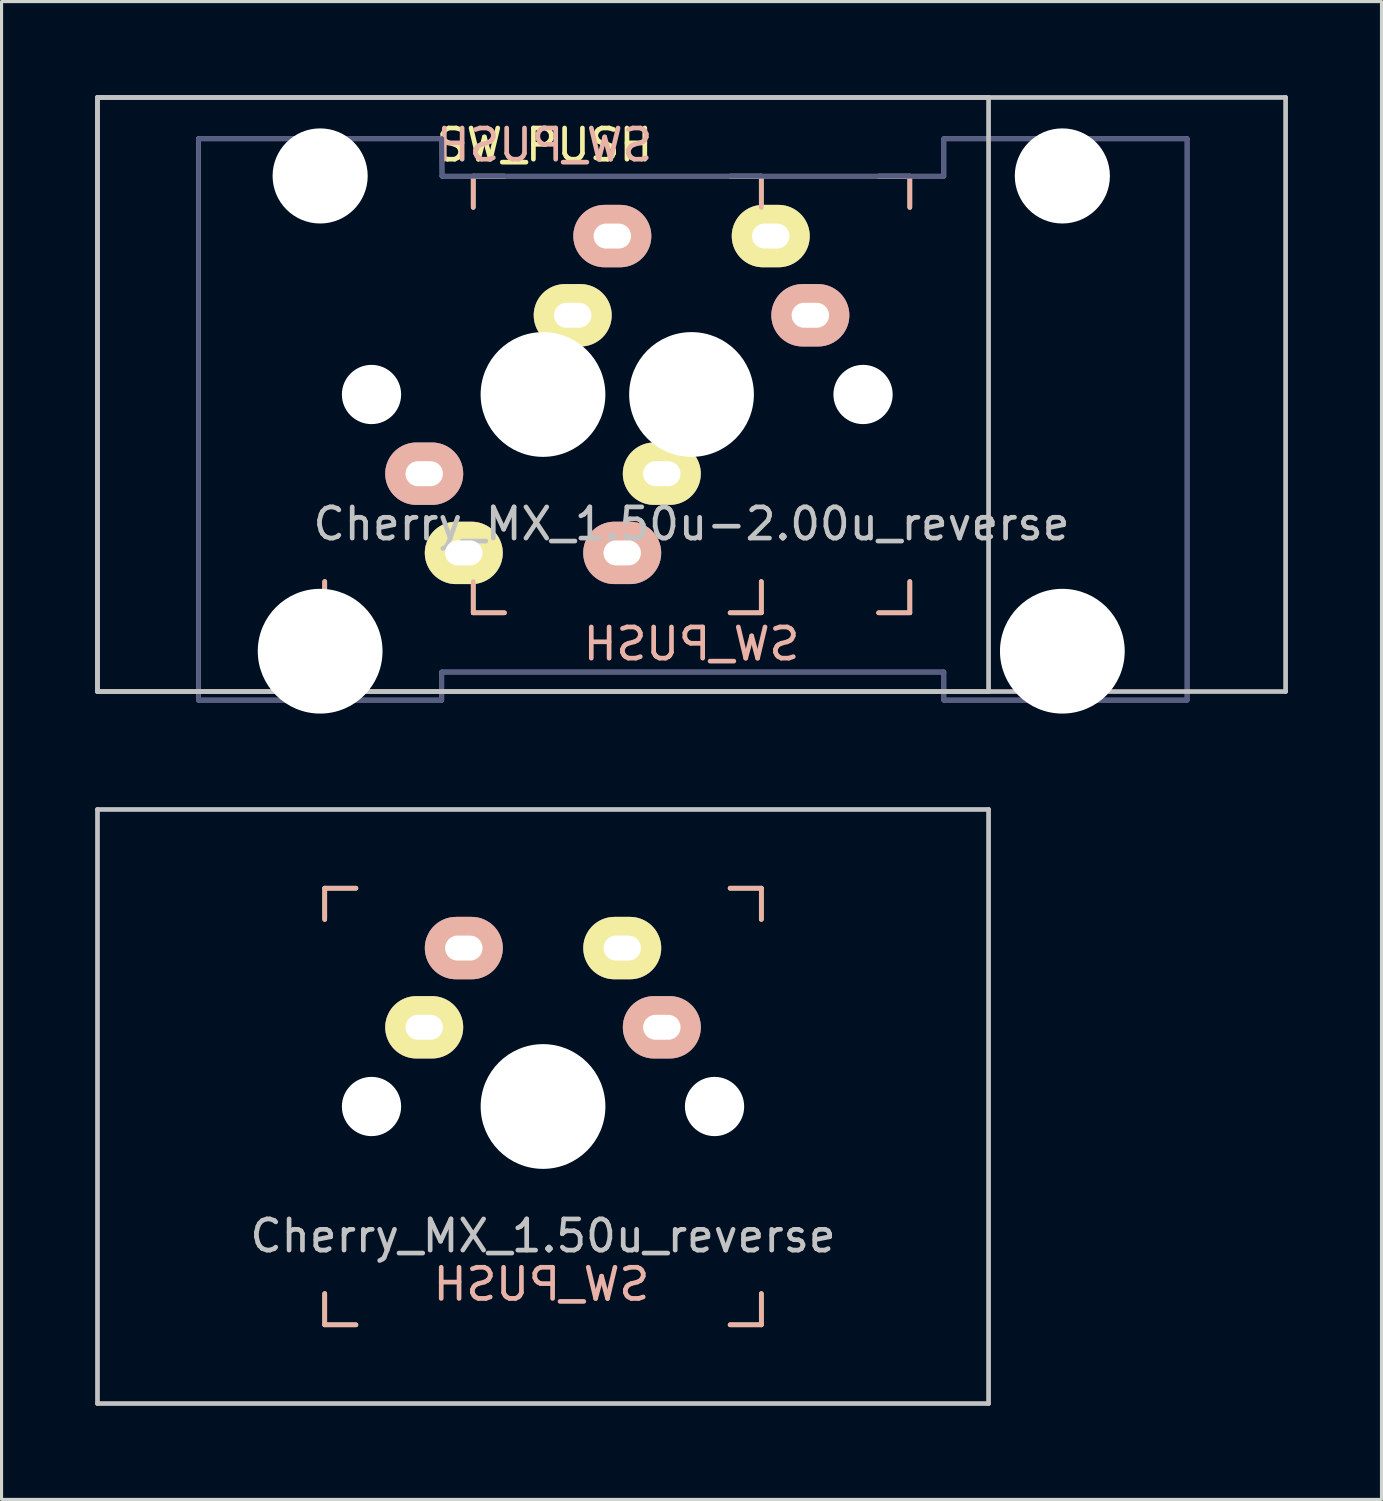
<source format=kicad_pcb>
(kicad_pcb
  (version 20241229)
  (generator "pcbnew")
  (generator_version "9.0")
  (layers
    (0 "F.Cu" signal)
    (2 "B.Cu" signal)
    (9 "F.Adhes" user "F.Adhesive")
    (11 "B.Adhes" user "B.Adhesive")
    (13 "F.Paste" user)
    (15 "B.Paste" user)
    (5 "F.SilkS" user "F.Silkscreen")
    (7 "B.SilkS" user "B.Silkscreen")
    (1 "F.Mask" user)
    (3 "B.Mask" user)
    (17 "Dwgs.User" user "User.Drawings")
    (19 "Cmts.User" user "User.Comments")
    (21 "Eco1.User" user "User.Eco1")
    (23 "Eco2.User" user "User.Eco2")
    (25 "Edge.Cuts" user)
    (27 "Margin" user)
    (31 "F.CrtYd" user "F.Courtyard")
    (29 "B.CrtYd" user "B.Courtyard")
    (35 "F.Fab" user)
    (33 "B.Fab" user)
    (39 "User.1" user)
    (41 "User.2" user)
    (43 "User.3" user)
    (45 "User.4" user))
  (footprint "Cherry_MX_1.50u-2.00u_reverse"
    (layer "F.Cu")
    (at 19.125 9.6)
    (property "Reference" "Cherry_MX_1.50u-2.00u_reverse" (at 0 4.15 0) (layer "Dwgs.User") (effects (font (size 1 1) (thickness 0.15))))
    (property "Value" "SW_PUSH" (at -0.05 8 0) (layer "F.SilkS") (hide yes) (effects (font (size 1 1) (thickness 0.15))))
    (attr through_hole)
    (fp_line (start -11.762 -7) (end -11.762 -6) (stroke (width 0.15) (type solid)) (layer "F.SilkS"))
    (fp_line (start -11.762 6) (end -11.762 7) (stroke (width 0.15) (type solid)) (layer "F.SilkS"))
    (fp_line (start -11.762 7) (end -10.762 7) (stroke (width 0.15) (type solid)) (layer "F.SilkS"))
    (fp_line (start -10.762 -7) (end -11.762 -7) (stroke (width 0.15) (type solid)) (layer "F.SilkS"))
    (fp_line (start -7 -7) (end -6 -7) (stroke (width 0.15) (type solid)) (layer "F.SilkS"))
    (fp_line (start -7 -6) (end -7 -7) (stroke (width 0.15) (type solid)) (layer "F.SilkS"))
    (fp_line (start -7 6) (end -7 7) (stroke (width 0.15) (type solid)) (layer "F.SilkS"))
    (fp_line (start -6 7) (end -7 7) (stroke (width 0.15) (type solid)) (layer "F.SilkS"))
    (fp_line (start 1.238 -7) (end 2.237 -7) (stroke (width 0.15) (type solid)) (layer "F.SilkS"))
    (fp_line (start 2.237 -6) (end 2.237 -7) (stroke (width 0.15) (type solid)) (layer "F.SilkS"))
    (fp_line (start 2.237 6) (end 2.237 7) (stroke (width 0.15) (type solid)) (layer "F.SilkS"))
    (fp_line (start 2.237 7) (end 1.238 7) (stroke (width 0.15) (type solid)) (layer "F.SilkS"))
    (fp_line (start 6 7) (end 7 7) (stroke (width 0.15) (type solid)) (layer "F.SilkS"))
    (fp_line (start 7 -7) (end 6 -7) (stroke (width 0.15) (type solid)) (layer "F.SilkS"))
    (fp_line (start 7 -6) (end 7 -7) (stroke (width 0.15) (type solid)) (layer "F.SilkS"))
    (fp_line (start 7 7) (end 7 6) (stroke (width 0.15) (type solid)) (layer "F.SilkS"))
    (fp_line (start -11.762 -7) (end -11.762 -6) (stroke (width 0.15) (type solid)) (layer "B.SilkS"))
    (fp_line (start -11.762 6) (end -11.762 7) (stroke (width 0.15) (type solid)) (layer "B.SilkS"))
    (fp_line (start -11.762 7) (end -10.762 7) (stroke (width 0.15) (type solid)) (layer "B.SilkS"))
    (fp_line (start -10.762 -7) (end -11.762 -7) (stroke (width 0.15) (type solid)) (layer "B.SilkS"))
    (fp_line (start -7 -7) (end -6 -7) (stroke (width 0.15) (type solid)) (layer "B.SilkS"))
    (fp_line (start -7 -6) (end -7 -7) (stroke (width 0.15) (type solid)) (layer "B.SilkS"))
    (fp_line (start -7 7) (end -7 6) (stroke (width 0.15) (type solid)) (layer "B.SilkS"))
    (fp_line (start -6 7) (end -7 7) (stroke (width 0.15) (type solid)) (layer "B.SilkS"))
    (fp_line (start 1.238 7) (end 2.237 7) (stroke (width 0.15) (type solid)) (layer "B.SilkS"))
    (fp_line (start 2.237 -7) (end 1.238 -7) (stroke (width 0.15) (type solid)) (layer "B.SilkS"))
    (fp_line (start 2.237 -6) (end 2.237 -7) (stroke (width 0.15) (type solid)) (layer "B.SilkS"))
    (fp_line (start 2.237 7) (end 2.237 6) (stroke (width 0.15) (type solid)) (layer "B.SilkS"))
    (fp_line (start 6 7) (end 7 7) (stroke (width 0.15) (type solid)) (layer "B.SilkS"))
    (fp_line (start 7 -7) (end 6 -7) (stroke (width 0.15) (type solid)) (layer "B.SilkS"))
    (fp_line (start 7 -6) (end 7 -7) (stroke (width 0.15) (type solid)) (layer "B.SilkS"))
    (fp_line (start 7 6) (end 7 7) (stroke (width 0.15) (type solid)) (layer "B.SilkS"))
    (fp_line (start -19.05 -9.525) (end 9.525 -9.525) (stroke (width 0.15) (type solid)) (layer "Dwgs.User"))
    (fp_line (start -19.05 -9.525) (end 19.05 -9.525) (stroke (width 0.15) (type solid)) (layer "Dwgs.User"))
    (fp_line (start -19.05 9.525) (end -19.05 -9.525) (stroke (width 0.15) (type solid)) (layer "Dwgs.User"))
    (fp_line (start -19.05 9.525) (end -19.05 -9.525) (stroke (width 0.15) (type solid)) (layer "Dwgs.User"))
    (fp_line (start 9.525 -9.525) (end 9.525 9.525) (stroke (width 0.15) (type solid)) (layer "Dwgs.User"))
    (fp_line (start 9.525 9.525) (end -19.05 9.525) (stroke (width 0.15) (type solid)) (layer "Dwgs.User"))
    (fp_line (start 19.05 -9.525) (end 19.05 9.525) (stroke (width 0.15) (type solid)) (layer "Dwgs.User"))
    (fp_line (start 19.05 9.525) (end -19.05 9.525) (stroke (width 0.15) (type solid)) (layer "Dwgs.User"))
    (fp_line (start -15.809 9.8) (end -8.009 9.8) (stroke (width 0.15) (type solid)) (layer "B.Fab"))
    (fp_line (start -15.809 -8.2) (end -15.809 9.8) (stroke (width 0.15) (type solid)) (layer "B.Fab"))
    (fp_line (start -8.009 -8.2) (end -15.809 -8.2) (stroke (width 0.15) (type solid)) (layer "B.Fab"))
    (fp_line (start -8.009 8.9) (end 8.091 8.9) (stroke (width 0.15) (type solid)) (layer "B.Fab"))
    (fp_line (start -8.009 9.8) (end -8.009 8.9) (stroke (width 0.15) (type solid)) (layer "B.Fab"))
    (fp_line (start -8 -7) (end -8.009 -8.2) (stroke (width 0.15) (type solid)) (layer "B.Fab"))
    (fp_line (start 8.091 9.8) (end 8.091 8.9) (stroke (width 0.15) (type solid)) (layer "B.Fab"))
    (fp_line (start 8.091 9.8) (end 15.891 9.8) (stroke (width 0.15) (type solid)) (layer "B.Fab"))
    (fp_line (start 8.091 -8.2) (end 8.091 -7) (stroke (width 0.15) (type solid)) (layer "B.Fab"))
    (fp_line (start 8.091 -7) (end -8 -7) (stroke (width 0.15) (type solid)) (layer "B.Fab"))
    (fp_line (start 15.891 -8.2) (end 8.091 -8.2) (stroke (width 0.15) (type solid)) (layer "B.Fab"))
    (fp_line (start 15.891 9.8) (end 15.891 -8.2) (stroke (width 0.15) (type solid)) (layer "B.Fab"))
    (fp_line (start -15.809 9.8) (end -8.009 9.8) (stroke (width 0.15) (type solid)) (layer "F.Fab"))
    (fp_line (start -15.809 -8.2) (end -15.809 9.8) (stroke (width 0.15) (type solid)) (layer "F.Fab"))
    (fp_line (start -8.009 -8.2) (end -15.809 -8.2) (stroke (width 0.15) (type solid)) (layer "F.Fab"))
    (fp_line (start -8.009 8.9) (end 8.091 8.9) (stroke (width 0.15) (type solid)) (layer "F.Fab"))
    (fp_line (start -8.009 9.8) (end -8.009 8.9) (stroke (width 0.15) (type solid)) (layer "F.Fab"))
    (fp_line (start -8 -7) (end -8.009 -8.2) (stroke (width 0.15) (type solid)) (layer "F.Fab"))
    (fp_line (start 8.091 9.8) (end 8.091 8.9) (stroke (width 0.15) (type solid)) (layer "F.Fab"))
    (fp_line (start 8.091 9.8) (end 15.891 9.8) (stroke (width 0.15) (type solid)) (layer "F.Fab"))
    (fp_line (start 8.091 -8.2) (end 8.091 -7) (stroke (width 0.15) (type solid)) (layer "F.Fab"))
    (fp_line (start 8.091 -7) (end -8 -7) (stroke (width 0.15) (type solid)) (layer "F.Fab"))
    (fp_line (start 15.891 -8.2) (end 8.091 -8.2) (stroke (width 0.15) (type solid)) (layer "F.Fab"))
    (fp_line (start 15.891 9.8) (end 15.891 -8.2) (stroke (width 0.15) (type solid)) (layer "F.Fab"))
    (fp_text user "SW_PUSH" (at -4.713 -8 180) (layer "F.SilkS") (effects (font (size 1 1) (thickness 0.15))))
    (fp_text user "${VALUE}" (at 0 8 180) (layer "B.SilkS") (effects (font (size 1 1) (thickness 0.15)) (justify mirror)))
    (fp_text user "${VALUE}" (at -4.713 -8 180) (layer "B.SilkS") (effects (font (size 1 1) (thickness 0.15)) (justify mirror)))
    (pad "" np_thru_hole circle (at -11.909 -7.008) (size 3.05 3.05) (drill 3.05) (layers "*.Cu" "*.Mask"))
    (pad "" np_thru_hole circle (at -11.909 8.232) (size 4 4) (drill 4) (layers "*.Cu" "*.Mask"))
    (pad "" np_thru_hole circle (at -10.262 0 270) (size 1.9 1.9) (drill 1.9) (layers "*.Cu" "*.Mask"))
    (pad "" np_thru_hole circle (at -4.763 0 270) (size 4 4) (drill 4) (layers "*.Cu" "*.Mask"))
    (pad "" np_thru_hole circle (at 0 0 90) (size 4 4) (drill 4) (layers "*.Cu" "*.Mask"))
    (pad "" np_thru_hole circle (at 5.5 0 90) (size 1.9 1.9) (drill 1.9) (layers "*.Cu" "*.Mask"))
    (pad "" np_thru_hole circle (at 11.891 -7.008) (size 3.05 3.05) (drill 3.05) (layers "*.Cu" "*.Mask"))
    (pad "" np_thru_hole circle (at 11.891 8.232) (size 4 4) (drill 4) (layers "*.Cu" "*.Mask"))
    (pad "1" thru_hole oval (at -8.572 2.54 180) (size 2.5 2) (drill oval 1.2 0.8) (layers "*.Cu" "F.Mask" "B.SilkS"))
    (pad "1" thru_hole oval (at -7.303 5.08 180) (size 2.5 2) (drill oval 1.2 0.8) (layers "*.Cu" "B.Mask" "F.SilkS"))
    (pad "1" thru_hole oval (at -2.54 -5.08 180) (size 2.5 2) (drill oval 1.2 0.8) (layers "*.Cu" "F.Mask" "B.SilkS"))
    (pad "1" thru_hole oval (at 2.54 -5.08) (size 2.5 2) (drill oval 1.2 0.8) (layers "*.Cu" "B.Mask" "F.SilkS"))
    (pad "2" thru_hole oval (at -3.81 -2.54) (size 2.5 2) (drill oval 1.2 0.8) (layers "*.Cu" "B.Mask" "F.SilkS"))
    (pad "2" thru_hole oval (at -2.223 5.08 180) (size 2.5 2) (drill oval 1.2 0.8) (layers "*.Cu" "F.Mask" "B.SilkS"))
    (pad "2" thru_hole oval (at -0.953 2.54 180) (size 2.5 2) (drill oval 1.2 0.8) (layers "*.Cu" "B.Mask" "F.SilkS"))
    (pad "2" thru_hole oval (at 3.81 -2.54 180) (size 2.5 2) (drill oval 1.2 0.8) (layers "*.Cu" "F.Mask" "B.SilkS")))
  (footprint "Cherry_MX_1.50u_reverse"
    (layer "F.Cu")
    (at 14.363 32.432)
    (property "Reference" "Cherry_MX_1.50u_reverse" (at 0 4.15 0) (layer "Dwgs.User") (effects (font (size 1 1) (thickness 0.15))))
    (property "Value" "SW_PUSH" (at -0.05 5.7 0) (layer "F.SilkS") (hide yes) (effects (font (size 1 1) (thickness 0.15))))
    (attr through_hole)
    (fp_line (start -7 -7) (end -6 -7) (stroke (width 0.15) (type solid)) (layer "F.SilkS"))
    (fp_line (start -7 -6) (end -7 -7) (stroke (width 0.15) (type solid)) (layer "F.SilkS"))
    (fp_line (start -7 6) (end -7 7) (stroke (width 0.15) (type solid)) (layer "F.SilkS"))
    (fp_line (start -6 7) (end -7 7) (stroke (width 0.15) (type solid)) (layer "F.SilkS"))
    (fp_line (start 6 7) (end 7 7) (stroke (width 0.15) (type solid)) (layer "F.SilkS"))
    (fp_line (start 7 -7) (end 6 -7) (stroke (width 0.15) (type solid)) (layer "F.SilkS"))
    (fp_line (start 7 -6) (end 7 -7) (stroke (width 0.15) (type solid)) (layer "F.SilkS"))
    (fp_line (start 7 7) (end 7 6) (stroke (width 0.15) (type solid)) (layer "F.SilkS"))
    (fp_line (start -7 -7) (end -7 -6) (stroke (width 0.15) (type solid)) (layer "B.SilkS"))
    (fp_line (start -7 6) (end -7 7) (stroke (width 0.15) (type solid)) (layer "B.SilkS"))
    (fp_line (start -7 7) (end -6 7) (stroke (width 0.15) (type solid)) (layer "B.SilkS"))
    (fp_line (start -6 -7) (end -7 -7) (stroke (width 0.15) (type solid)) (layer "B.SilkS"))
    (fp_line (start 6 7) (end 7 7) (stroke (width 0.15) (type solid)) (layer "B.SilkS"))
    (fp_line (start 7 -7) (end 6 -7) (stroke (width 0.15) (type solid)) (layer "B.SilkS"))
    (fp_line (start 7 -6) (end 7 -7) (stroke (width 0.15) (type solid)) (layer "B.SilkS"))
    (fp_line (start 7 7) (end 7 6) (stroke (width 0.15) (type solid)) (layer "B.SilkS"))
    (fp_line (start -14.287 -9.525) (end 14.287 -9.525) (stroke (width 0.15) (type solid)) (layer "Dwgs.User"))
    (fp_line (start -14.287 9.525) (end -14.287 -9.525) (stroke (width 0.15) (type solid)) (layer "Dwgs.User"))
    (fp_line (start 14.287 -9.525) (end 14.287 9.525) (stroke (width 0.15) (type solid)) (layer "Dwgs.User"))
    (fp_line (start 14.287 9.525) (end -14.287 9.525) (stroke (width 0.15) (type solid)) (layer "Dwgs.User"))
    (fp_text user "${VALUE}" (at -0.05 5.7 0) (layer "B.SilkS") (effects (font (size 1 1) (thickness 0.15)) (justify mirror)))
    (pad "" np_thru_hole circle (at -5.5 0 90) (size 1.9 1.9) (drill 1.9) (layers "*.Cu" "*.Mask"))
    (pad "" np_thru_hole circle (at 0 0 90) (size 4 4) (drill 4) (layers "*.Cu" "*.Mask"))
    (pad "" np_thru_hole circle (at 5.5 0 90) (size 1.9 1.9) (drill 1.9) (layers "*.Cu" "*.Mask"))
    (pad "1" thru_hole oval (at 2.54 -5.08) (size 2.5 2) (drill oval 1.2 0.8) (layers "*.Cu" "B.Mask" "F.SilkS"))
    (pad "1" thru_hole oval (at 3.81 -2.54) (size 2.5 2) (drill oval 1.2 0.8) (layers "*.Cu" "F.Mask" "B.SilkS"))
    (pad "2" thru_hole oval (at -3.81 -2.54) (size 2.5 2) (drill oval 1.2 0.8) (layers "*.Cu" "B.Mask" "F.SilkS"))
    (pad "2" thru_hole oval (at -2.54 -5.08) (size 2.5 2) (drill oval 1.2 0.8) (layers "*.Cu" "F.Mask" "B.SilkS")))
  (gr_rect
    (start -3 -3)
    (end 41.25 45.032)
    (stroke (width 0.1) (type default))
    (fill no)
    (layer "Edge.Cuts")))
</source>
